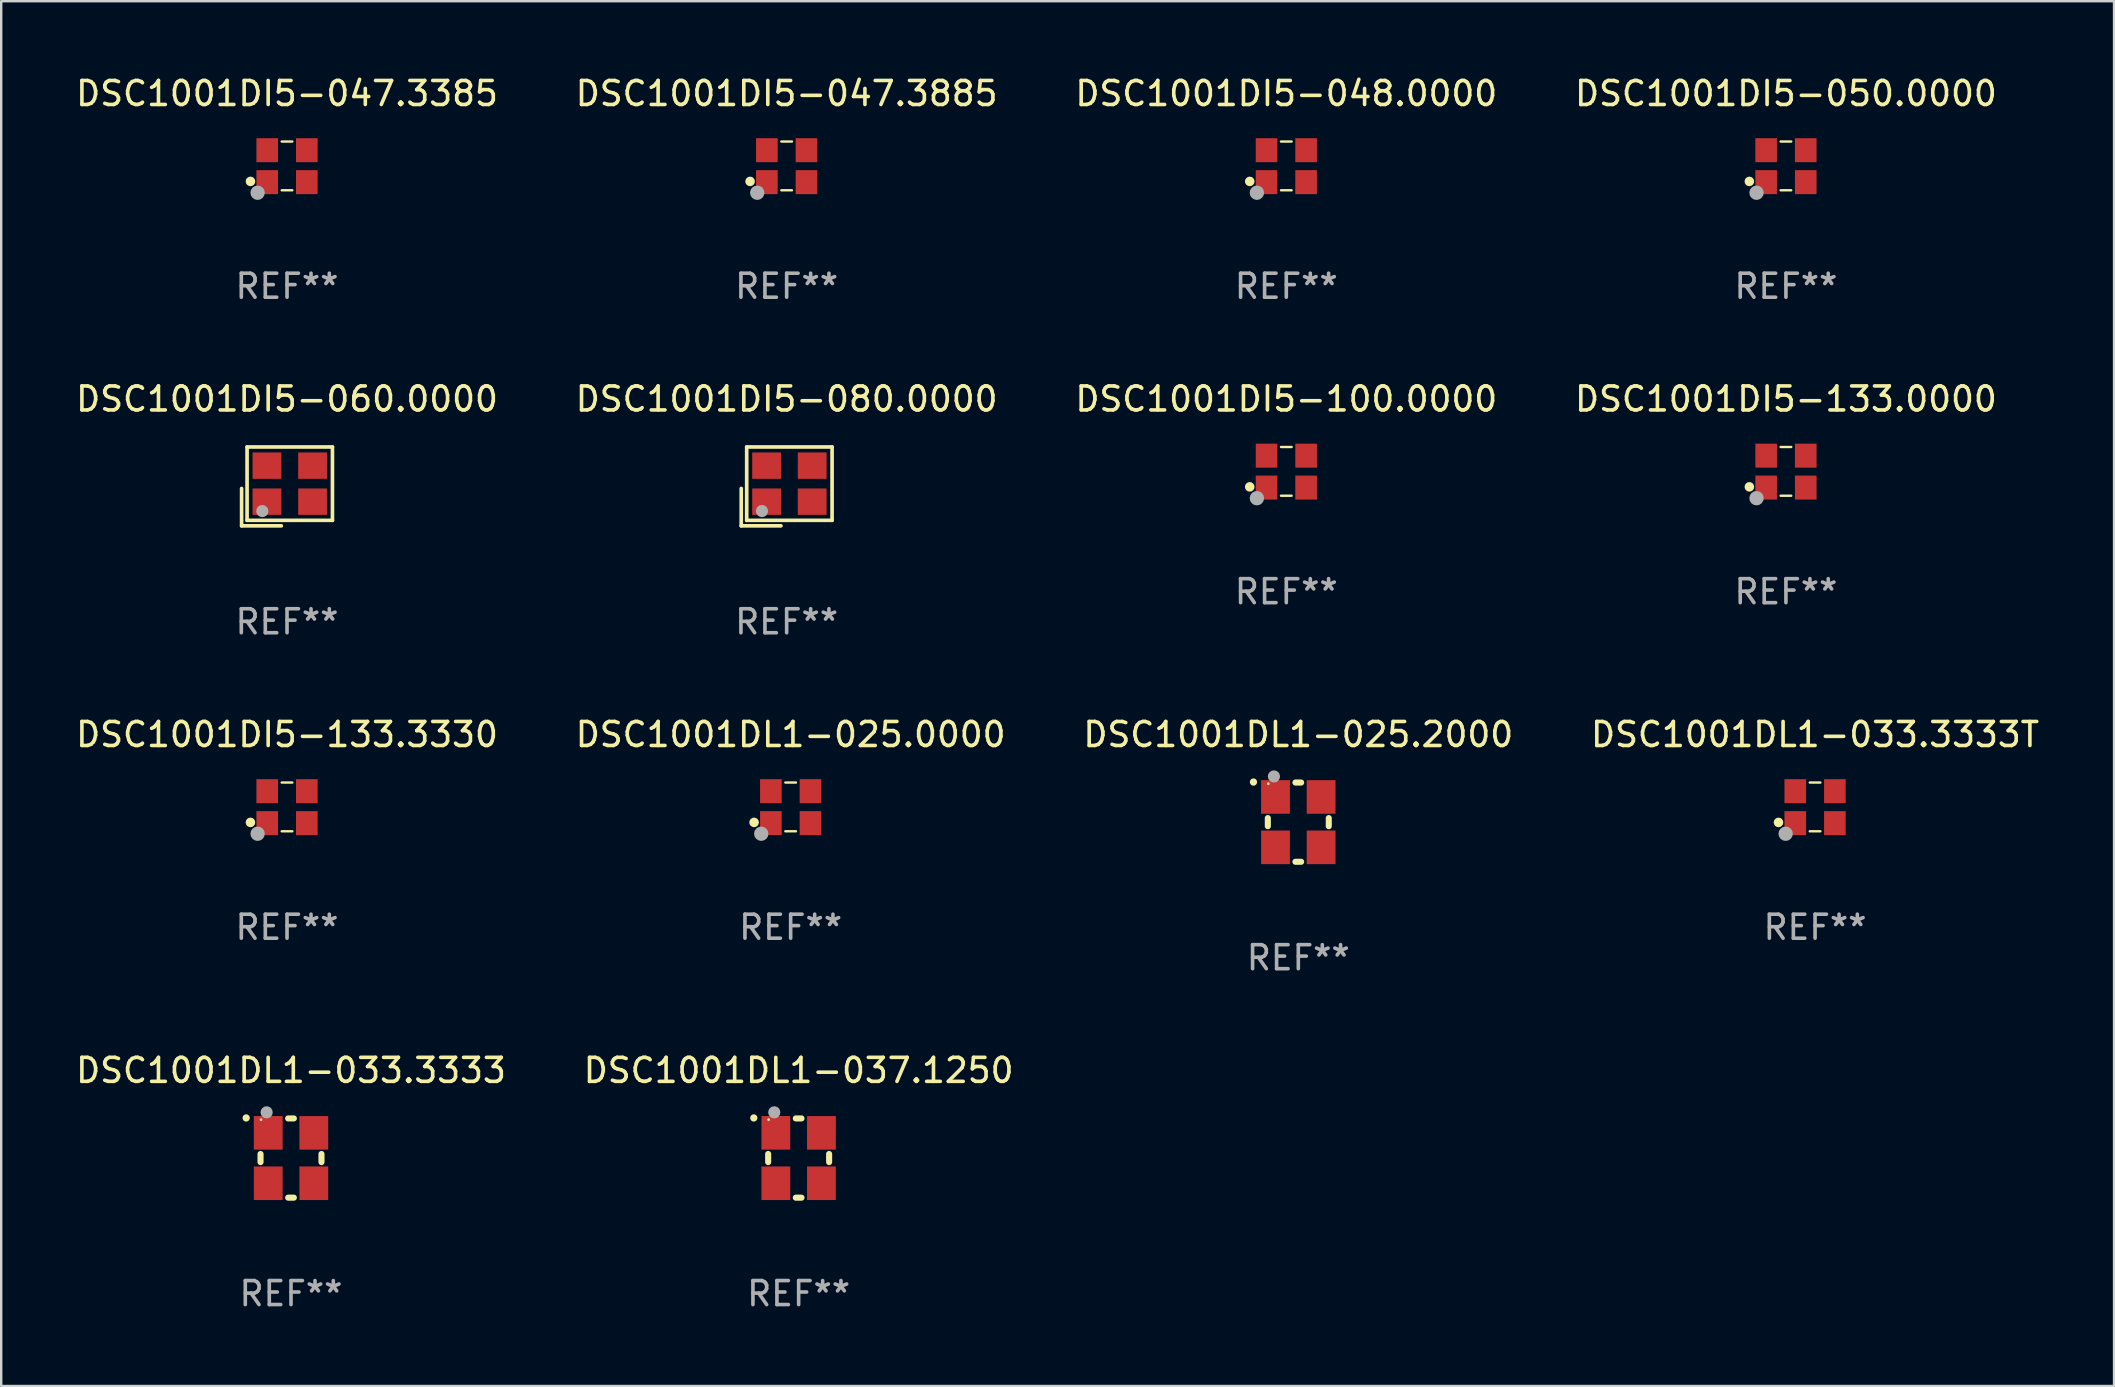
<source format=kicad_pcb>
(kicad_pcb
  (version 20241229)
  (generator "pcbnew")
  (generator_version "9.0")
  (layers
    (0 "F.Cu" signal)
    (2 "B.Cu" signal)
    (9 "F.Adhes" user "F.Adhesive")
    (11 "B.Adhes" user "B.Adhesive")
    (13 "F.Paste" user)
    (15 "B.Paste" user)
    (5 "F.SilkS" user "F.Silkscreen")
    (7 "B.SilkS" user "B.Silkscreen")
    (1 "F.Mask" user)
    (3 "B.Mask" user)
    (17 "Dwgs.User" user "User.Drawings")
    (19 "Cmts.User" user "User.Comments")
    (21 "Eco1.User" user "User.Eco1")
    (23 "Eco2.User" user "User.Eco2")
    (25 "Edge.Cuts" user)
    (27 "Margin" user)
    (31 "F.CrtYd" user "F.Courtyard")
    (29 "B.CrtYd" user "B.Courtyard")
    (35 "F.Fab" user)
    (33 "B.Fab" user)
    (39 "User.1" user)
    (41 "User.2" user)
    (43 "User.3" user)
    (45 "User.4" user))
  (footprint "DSC1001DI5-100.0000"
    (layer "F.Cu")
    (at 50.554 16.593)
    (property "Reference" "DSC1001DI5-100.0000" (at 0 -3.016 0) (layer "F.SilkS") (effects (font (size 1 1) (thickness 0.15))))
    (attr through_hole)
    (fp_line (start -0.221 -1.016) (end 0.221 -1.016) (stroke (width 0.1) (type solid)) (layer "F.SilkS"))
    (fp_line (start -0.221 1.016) (end 0.221 1.016) (stroke (width 0.1) (type solid)) (layer "F.SilkS"))
    (fp_circle (center -1.524 0.646) (end -1.424 0.646) (stroke (width 0.2) (type solid)) (fill no) (layer "F.SilkS"))
    (fp_circle (center -1.25 1) (end -1.22 1) (stroke (width 0.06) (type solid)) (fill no) (layer "F.SilkS"))
    (fp_circle (center -1.226 1.118) (end -1.076 1.118) (stroke (width 0.3) (type solid)) (fill no) (layer "F.Fab"))
    (fp_text user "REF**" (at 0 5.016 0) (layer "F.Fab") (effects (font (size 1 1) (thickness 0.15))))
    (pad "1" smd rect (at -0.825 0.676) (size 0.9 1) (layers "F.Cu" "F.Mask" "F.Paste"))
    (pad "2" smd rect (at 0.825 0.676) (size 0.9 1) (layers "F.Cu" "F.Mask" "F.Paste"))
    (pad "3" smd rect (at 0.825 -0.655) (size 0.9 1) (layers "F.Cu" "F.Mask" "F.Paste"))
    (pad "4" smd rect (at -0.825 -0.655) (size 0.9 1) (layers "F.Cu" "F.Mask" "F.Paste")))
  (footprint "DSC1001DI5-080.0000"
    (layer "F.Cu")
    (at 29.732 17.22)
    (property "Reference" "DSC1001DI5-080.0000" (at 0 -3.643 0) (layer "F.SilkS") (effects (font (size 1 1) (thickness 0.15))))
    (attr through_hole)
    (fp_line (start -1.893 0.086) (end -1.893 1.643) (stroke (width 0.152) (type solid)) (layer "F.SilkS"))
    (fp_line (start -1.893 1.643) (end -0.237 1.643) (stroke (width 0.152) (type solid)) (layer "F.SilkS"))
    (fp_line (start -1.665 -1.643) (end 1.893 -1.643) (stroke (width 0.152) (type solid)) (layer "F.SilkS"))
    (fp_line (start -1.665 1.414) (end -1.665 -1.643) (stroke (width 0.152) (type solid)) (layer "F.SilkS"))
    (fp_line (start 1.893 -1.643) (end 1.893 1.414) (stroke (width 0.152) (type solid)) (layer "F.SilkS"))
    (fp_line (start 1.893 1.414) (end -1.665 1.414) (stroke (width 0.152) (type solid)) (layer "F.SilkS"))
    (fp_circle (center -1.136 0.885) (end -1.106 0.885) (stroke (width 0.06) (type solid)) (fill no) (layer "F.SilkS"))
    (fp_circle (center -1.029 1.028) (end -0.902 1.028) (stroke (width 0.254) (type solid)) (fill no) (layer "F.Fab"))
    (fp_text user "REF**" (at 0 5.643 0) (layer "F.Fab") (effects (font (size 1 1) (thickness 0.15))))
    (pad "1" smd rect (at -0.836 0.636) (size 1.2 1.1) (layers "F.Cu" "F.Mask" "F.Paste"))
    (pad "2" smd rect (at 1.064 0.636) (size 1.2 1.1) (layers "F.Cu" "F.Mask" "F.Paste"))
    (pad "3" smd rect (at 1.064 -0.865) (size 1.2 1.1) (layers "F.Cu" "F.Mask" "F.Paste"))
    (pad "4" smd rect (at -0.836 -0.865) (size 1.2 1.1) (layers "F.Cu" "F.Mask" "F.Paste")))
  (footprint "DSC1001DL1-033.3333"
    (layer "F.Cu")
    (at 9.077 45.209)
    (property "Reference" "DSC1001DL1-033.3333" (at 0 -3.651 0) (layer "F.SilkS") (effects (font (size 1 1) (thickness 0.15))))
    (attr through_hole)
    (fp_line (start -1.27 -0.169) (end -1.27 0.169) (stroke (width 0.254) (type solid)) (layer "F.SilkS"))
    (fp_line (start 0.119 -1.651) (end -0.119 -1.651) (stroke (width 0.254) (type solid)) (layer "F.SilkS"))
    (fp_line (start 0.119 1.651) (end -0.119 1.651) (stroke (width 0.254) (type solid)) (layer "F.SilkS"))
    (fp_line (start 1.27 -0.169) (end 1.27 0.169) (stroke (width 0.254) (type solid)) (layer "F.SilkS"))
    (fp_arc (start -1.868631 -1.669799) (mid -1.868636 -1.671069) (end -1.868631 -1.672339) (stroke (width 0.3) (type solid)) (layer "F.SilkS"))
    (fp_circle (center -1.25 -1.6) (end -1.22 -1.6) (stroke (width 0.06) (type solid)) (fill no) (layer "F.SilkS"))
    (fp_circle (center -1.016 -1.905) (end -0.889 -1.905) (stroke (width 0.254) (type solid)) (fill no) (layer "F.Fab"))
    (fp_text user "REF**" (at 0 5.651 0) (layer "F.Fab") (effects (font (size 1 1) (thickness 0.15))))
    (pad "1" smd rect (at -0.95 -1.05 90) (size 1.4 1.2) (layers "F.Cu" "F.Mask" "F.Paste"))
    (pad "2" smd rect (at -0.95 1.05 90) (size 1.4 1.2) (layers "F.Cu" "F.Mask" "F.Paste"))
    (pad "3" smd rect (at 0.95 1.05 90) (size 1.4 1.2) (layers "F.Cu" "F.Mask" "F.Paste"))
    (pad "4" smd rect (at 0.95 -1.05 90) (size 1.4 1.2) (layers "F.Cu" "F.Mask" "F.Paste")))
  (footprint "DSC1001DL1-037.1250"
    (layer "F.Cu")
    (at 30.232 45.209)
    (property "Reference" "DSC1001DL1-037.1250" (at 0 -3.651 0) (layer "F.SilkS") (effects (font (size 1 1) (thickness 0.15))))
    (attr through_hole)
    (fp_line (start -1.27 -0.169) (end -1.27 0.169) (stroke (width 0.254) (type solid)) (layer "F.SilkS"))
    (fp_line (start 0.119 -1.651) (end -0.119 -1.651) (stroke (width 0.254) (type solid)) (layer "F.SilkS"))
    (fp_line (start 0.119 1.651) (end -0.119 1.651) (stroke (width 0.254) (type solid)) (layer "F.SilkS"))
    (fp_line (start 1.27 -0.169) (end 1.27 0.169) (stroke (width 0.254) (type solid)) (layer "F.SilkS"))
    (fp_arc (start -1.868631 -1.669799) (mid -1.868636 -1.671069) (end -1.868631 -1.672339) (stroke (width 0.3) (type solid)) (layer "F.SilkS"))
    (fp_circle (center -1.25 -1.6) (end -1.22 -1.6) (stroke (width 0.06) (type solid)) (fill no) (layer "F.SilkS"))
    (fp_circle (center -1.016 -1.905) (end -0.889 -1.905) (stroke (width 0.254) (type solid)) (fill no) (layer "F.Fab"))
    (fp_text user "REF**" (at 0 5.651 0) (layer "F.Fab") (effects (font (size 1 1) (thickness 0.15))))
    (pad "1" smd rect (at -0.95 -1.05 90) (size 1.4 1.2) (layers "F.Cu" "F.Mask" "F.Paste"))
    (pad "2" smd rect (at -0.95 1.05 90) (size 1.4 1.2) (layers "F.Cu" "F.Mask" "F.Paste"))
    (pad "3" smd rect (at 0.95 1.05 90) (size 1.4 1.2) (layers "F.Cu" "F.Mask" "F.Paste"))
    (pad "4" smd rect (at 0.95 -1.05 90) (size 1.4 1.2) (layers "F.Cu" "F.Mask" "F.Paste")))
  (footprint "DSC1001DI5-133.3330"
    (layer "F.Cu")
    (at 8.911 30.576)
    (property "Reference" "DSC1001DI5-133.3330" (at 0 -3.016 0) (layer "F.SilkS") (effects (font (size 1 1) (thickness 0.15))))
    (attr through_hole)
    (fp_line (start -0.221 -1.016) (end 0.221 -1.016) (stroke (width 0.1) (type solid)) (layer "F.SilkS"))
    (fp_line (start -0.221 1.016) (end 0.221 1.016) (stroke (width 0.1) (type solid)) (layer "F.SilkS"))
    (fp_circle (center -1.524 0.646) (end -1.424 0.646) (stroke (width 0.2) (type solid)) (fill no) (layer "F.SilkS"))
    (fp_circle (center -1.25 1) (end -1.22 1) (stroke (width 0.06) (type solid)) (fill no) (layer "F.SilkS"))
    (fp_circle (center -1.226 1.118) (end -1.076 1.118) (stroke (width 0.3) (type solid)) (fill no) (layer "F.Fab"))
    (fp_text user "REF**" (at 0 5.016 0) (layer "F.Fab") (effects (font (size 1 1) (thickness 0.15))))
    (pad "1" smd rect (at -0.825 0.676) (size 0.9 1) (layers "F.Cu" "F.Mask" "F.Paste"))
    (pad "2" smd rect (at 0.825 0.676) (size 0.9 1) (layers "F.Cu" "F.Mask" "F.Paste"))
    (pad "3" smd rect (at 0.825 -0.655) (size 0.9 1) (layers "F.Cu" "F.Mask" "F.Paste"))
    (pad "4" smd rect (at -0.825 -0.655) (size 0.9 1) (layers "F.Cu" "F.Mask" "F.Paste")))
  (footprint "DSC1001DI5-050.0000"
    (layer "F.Cu")
    (at 71.375 3.864)
    (property "Reference" "DSC1001DI5-050.0000" (at 0 -3.016 0) (layer "F.SilkS") (effects (font (size 1 1) (thickness 0.15))))
    (attr through_hole)
    (fp_line (start -0.221 -1.016) (end 0.221 -1.016) (stroke (width 0.1) (type solid)) (layer "F.SilkS"))
    (fp_line (start -0.221 1.016) (end 0.221 1.016) (stroke (width 0.1) (type solid)) (layer "F.SilkS"))
    (fp_circle (center -1.524 0.646) (end -1.424 0.646) (stroke (width 0.2) (type solid)) (fill no) (layer "F.SilkS"))
    (fp_circle (center -1.25 1) (end -1.22 1) (stroke (width 0.06) (type solid)) (fill no) (layer "F.SilkS"))
    (fp_circle (center -1.226 1.118) (end -1.076 1.118) (stroke (width 0.3) (type solid)) (fill no) (layer "F.Fab"))
    (fp_text user "REF**" (at 0 5.016 0) (layer "F.Fab") (effects (font (size 1 1) (thickness 0.15))))
    (pad "1" smd rect (at -0.825 0.676) (size 0.9 1) (layers "F.Cu" "F.Mask" "F.Paste"))
    (pad "2" smd rect (at 0.825 0.676) (size 0.9 1) (layers "F.Cu" "F.Mask" "F.Paste"))
    (pad "3" smd rect (at 0.825 -0.655) (size 0.9 1) (layers "F.Cu" "F.Mask" "F.Paste"))
    (pad "4" smd rect (at -0.825 -0.655) (size 0.9 1) (layers "F.Cu" "F.Mask" "F.Paste")))
  (footprint "DSC1001DL1-033.3333T"
    (layer "F.Cu")
    (at 72.589 30.576)
    (property "Reference" "DSC1001DL1-033.3333T" (at 0 -3.016 0) (layer "F.SilkS") (effects (font (size 1 1) (thickness 0.15))))
    (attr through_hole)
    (fp_line (start -0.221 -1.016) (end 0.221 -1.016) (stroke (width 0.1) (type solid)) (layer "F.SilkS"))
    (fp_line (start -0.221 1.016) (end 0.221 1.016) (stroke (width 0.1) (type solid)) (layer "F.SilkS"))
    (fp_circle (center -1.524 0.646) (end -1.424 0.646) (stroke (width 0.2) (type solid)) (fill no) (layer "F.SilkS"))
    (fp_circle (center -1.25 1) (end -1.22 1) (stroke (width 0.06) (type solid)) (fill no) (layer "F.SilkS"))
    (fp_circle (center -1.226 1.118) (end -1.076 1.118) (stroke (width 0.3) (type solid)) (fill no) (layer "F.Fab"))
    (fp_text user "REF**" (at 0 5.016 0) (layer "F.Fab") (effects (font (size 1 1) (thickness 0.15))))
    (pad "1" smd rect (at -0.825 0.676) (size 0.9 1) (layers "F.Cu" "F.Mask" "F.Paste"))
    (pad "2" smd rect (at 0.825 0.676) (size 0.9 1) (layers "F.Cu" "F.Mask" "F.Paste"))
    (pad "3" smd rect (at 0.825 -0.655) (size 0.9 1) (layers "F.Cu" "F.Mask" "F.Paste"))
    (pad "4" smd rect (at -0.825 -0.655) (size 0.9 1) (layers "F.Cu" "F.Mask" "F.Paste")))
  (footprint "DSC1001DL1-025.0000"
    (layer "F.Cu")
    (at 29.899 30.576)
    (property "Reference" "DSC1001DL1-025.0000" (at 0 -3.016 0) (layer "F.SilkS") (effects (font (size 1 1) (thickness 0.15))))
    (attr through_hole)
    (fp_line (start -0.221 -1.016) (end 0.221 -1.016) (stroke (width 0.1) (type solid)) (layer "F.SilkS"))
    (fp_line (start -0.221 1.016) (end 0.221 1.016) (stroke (width 0.1) (type solid)) (layer "F.SilkS"))
    (fp_circle (center -1.524 0.646) (end -1.424 0.646) (stroke (width 0.2) (type solid)) (fill no) (layer "F.SilkS"))
    (fp_circle (center -1.25 1) (end -1.22 1) (stroke (width 0.06) (type solid)) (fill no) (layer "F.SilkS"))
    (fp_circle (center -1.226 1.118) (end -1.076 1.118) (stroke (width 0.3) (type solid)) (fill no) (layer "F.Fab"))
    (fp_text user "REF**" (at 0 5.016 0) (layer "F.Fab") (effects (font (size 1 1) (thickness 0.15))))
    (pad "1" smd rect (at -0.825 0.676) (size 0.9 1) (layers "F.Cu" "F.Mask" "F.Paste"))
    (pad "2" smd rect (at 0.825 0.676) (size 0.9 1) (layers "F.Cu" "F.Mask" "F.Paste"))
    (pad "3" smd rect (at 0.825 -0.655) (size 0.9 1) (layers "F.Cu" "F.Mask" "F.Paste"))
    (pad "4" smd rect (at -0.825 -0.655) (size 0.9 1) (layers "F.Cu" "F.Mask" "F.Paste")))
  (footprint "DSC1001DI5-047.3385"
    (layer "F.Cu")
    (at 8.911 3.864)
    (property "Reference" "DSC1001DI5-047.3385" (at 0 -3.016 0) (layer "F.SilkS") (effects (font (size 1 1) (thickness 0.15))))
    (attr through_hole)
    (fp_line (start -0.221 -1.016) (end 0.221 -1.016) (stroke (width 0.1) (type solid)) (layer "F.SilkS"))
    (fp_line (start -0.221 1.016) (end 0.221 1.016) (stroke (width 0.1) (type solid)) (layer "F.SilkS"))
    (fp_circle (center -1.524 0.646) (end -1.424 0.646) (stroke (width 0.2) (type solid)) (fill no) (layer "F.SilkS"))
    (fp_circle (center -1.25 1) (end -1.22 1) (stroke (width 0.06) (type solid)) (fill no) (layer "F.SilkS"))
    (fp_circle (center -1.226 1.118) (end -1.076 1.118) (stroke (width 0.3) (type solid)) (fill no) (layer "F.Fab"))
    (fp_text user "REF**" (at 0 5.016 0) (layer "F.Fab") (effects (font (size 1 1) (thickness 0.15))))
    (pad "1" smd rect (at -0.825 0.676) (size 0.9 1) (layers "F.Cu" "F.Mask" "F.Paste"))
    (pad "2" smd rect (at 0.825 0.676) (size 0.9 1) (layers "F.Cu" "F.Mask" "F.Paste"))
    (pad "3" smd rect (at 0.825 -0.655) (size 0.9 1) (layers "F.Cu" "F.Mask" "F.Paste"))
    (pad "4" smd rect (at -0.825 -0.655) (size 0.9 1) (layers "F.Cu" "F.Mask" "F.Paste")))
  (footprint "DSC1001DI5-047.3885"
    (layer "F.Cu")
    (at 29.732 3.864)
    (property "Reference" "DSC1001DI5-047.3885" (at 0 -3.016 0) (layer "F.SilkS") (effects (font (size 1 1) (thickness 0.15))))
    (attr through_hole)
    (fp_line (start -0.221 -1.016) (end 0.221 -1.016) (stroke (width 0.1) (type solid)) (layer "F.SilkS"))
    (fp_line (start -0.221 1.016) (end 0.221 1.016) (stroke (width 0.1) (type solid)) (layer "F.SilkS"))
    (fp_circle (center -1.524 0.646) (end -1.424 0.646) (stroke (width 0.2) (type solid)) (fill no) (layer "F.SilkS"))
    (fp_circle (center -1.25 1) (end -1.22 1) (stroke (width 0.06) (type solid)) (fill no) (layer "F.SilkS"))
    (fp_circle (center -1.226 1.118) (end -1.076 1.118) (stroke (width 0.3) (type solid)) (fill no) (layer "F.Fab"))
    (fp_text user "REF**" (at 0 5.016 0) (layer "F.Fab") (effects (font (size 1 1) (thickness 0.15))))
    (pad "1" smd rect (at -0.825 0.676) (size 0.9 1) (layers "F.Cu" "F.Mask" "F.Paste"))
    (pad "2" smd rect (at 0.825 0.676) (size 0.9 1) (layers "F.Cu" "F.Mask" "F.Paste"))
    (pad "3" smd rect (at 0.825 -0.655) (size 0.9 1) (layers "F.Cu" "F.Mask" "F.Paste"))
    (pad "4" smd rect (at -0.825 -0.655) (size 0.9 1) (layers "F.Cu" "F.Mask" "F.Paste")))
  (footprint "DSC1001DI5-133.0000"
    (layer "F.Cu")
    (at 71.375 16.593)
    (property "Reference" "DSC1001DI5-133.0000" (at 0 -3.016 0) (layer "F.SilkS") (effects (font (size 1 1) (thickness 0.15))))
    (attr through_hole)
    (fp_line (start -0.221 -1.016) (end 0.221 -1.016) (stroke (width 0.1) (type solid)) (layer "F.SilkS"))
    (fp_line (start -0.221 1.016) (end 0.221 1.016) (stroke (width 0.1) (type solid)) (layer "F.SilkS"))
    (fp_circle (center -1.524 0.646) (end -1.424 0.646) (stroke (width 0.2) (type solid)) (fill no) (layer "F.SilkS"))
    (fp_circle (center -1.25 1) (end -1.22 1) (stroke (width 0.06) (type solid)) (fill no) (layer "F.SilkS"))
    (fp_circle (center -1.226 1.118) (end -1.076 1.118) (stroke (width 0.3) (type solid)) (fill no) (layer "F.Fab"))
    (fp_text user "REF**" (at 0 5.016 0) (layer "F.Fab") (effects (font (size 1 1) (thickness 0.15))))
    (pad "1" smd rect (at -0.825 0.676) (size 0.9 1) (layers "F.Cu" "F.Mask" "F.Paste"))
    (pad "2" smd rect (at 0.825 0.676) (size 0.9 1) (layers "F.Cu" "F.Mask" "F.Paste"))
    (pad "3" smd rect (at 0.825 -0.655) (size 0.9 1) (layers "F.Cu" "F.Mask" "F.Paste"))
    (pad "4" smd rect (at -0.825 -0.655) (size 0.9 1) (layers "F.Cu" "F.Mask" "F.Paste")))
  (footprint "DSC1001DL1-025.2000"
    (layer "F.Cu")
    (at 51.054 31.211)
    (property "Reference" "DSC1001DL1-025.2000" (at 0 -3.651 0) (layer "F.SilkS") (effects (font (size 1 1) (thickness 0.15))))
    (attr through_hole)
    (fp_line (start -1.27 -0.169) (end -1.27 0.169) (stroke (width 0.254) (type solid)) (layer "F.SilkS"))
    (fp_line (start 0.119 -1.651) (end -0.119 -1.651) (stroke (width 0.254) (type solid)) (layer "F.SilkS"))
    (fp_line (start 0.119 1.651) (end -0.119 1.651) (stroke (width 0.254) (type solid)) (layer "F.SilkS"))
    (fp_line (start 1.27 -0.169) (end 1.27 0.169) (stroke (width 0.254) (type solid)) (layer "F.SilkS"))
    (fp_arc (start -1.868631 -1.669799) (mid -1.868636 -1.671069) (end -1.868631 -1.672339) (stroke (width 0.3) (type solid)) (layer "F.SilkS"))
    (fp_circle (center -1.25 -1.6) (end -1.22 -1.6) (stroke (width 0.06) (type solid)) (fill no) (layer "F.SilkS"))
    (fp_circle (center -1.016 -1.905) (end -0.889 -1.905) (stroke (width 0.254) (type solid)) (fill no) (layer "F.Fab"))
    (fp_text user "REF**" (at 0 5.651 0) (layer "F.Fab") (effects (font (size 1 1) (thickness 0.15))))
    (pad "1" smd rect (at -0.95 -1.05 90) (size 1.4 1.2) (layers "F.Cu" "F.Mask" "F.Paste"))
    (pad "2" smd rect (at -0.95 1.05 90) (size 1.4 1.2) (layers "F.Cu" "F.Mask" "F.Paste"))
    (pad "3" smd rect (at 0.95 1.05 90) (size 1.4 1.2) (layers "F.Cu" "F.Mask" "F.Paste"))
    (pad "4" smd rect (at 0.95 -1.05 90) (size 1.4 1.2) (layers "F.Cu" "F.Mask" "F.Paste")))
  (footprint "DSC1001DI5-048.0000"
    (layer "F.Cu")
    (at 50.554 3.864)
    (property "Reference" "DSC1001DI5-048.0000" (at 0 -3.016 0) (layer "F.SilkS") (effects (font (size 1 1) (thickness 0.15))))
    (attr through_hole)
    (fp_line (start -0.221 -1.016) (end 0.221 -1.016) (stroke (width 0.1) (type solid)) (layer "F.SilkS"))
    (fp_line (start -0.221 1.016) (end 0.221 1.016) (stroke (width 0.1) (type solid)) (layer "F.SilkS"))
    (fp_circle (center -1.524 0.646) (end -1.424 0.646) (stroke (width 0.2) (type solid)) (fill no) (layer "F.SilkS"))
    (fp_circle (center -1.25 1) (end -1.22 1) (stroke (width 0.06) (type solid)) (fill no) (layer "F.SilkS"))
    (fp_circle (center -1.226 1.118) (end -1.076 1.118) (stroke (width 0.3) (type solid)) (fill no) (layer "F.Fab"))
    (fp_text user "REF**" (at 0 5.016 0) (layer "F.Fab") (effects (font (size 1 1) (thickness 0.15))))
    (pad "1" smd rect (at -0.825 0.676) (size 0.9 1) (layers "F.Cu" "F.Mask" "F.Paste"))
    (pad "2" smd rect (at 0.825 0.676) (size 0.9 1) (layers "F.Cu" "F.Mask" "F.Paste"))
    (pad "3" smd rect (at 0.825 -0.655) (size 0.9 1) (layers "F.Cu" "F.Mask" "F.Paste"))
    (pad "4" smd rect (at -0.825 -0.655) (size 0.9 1) (layers "F.Cu" "F.Mask" "F.Paste")))
  (footprint "DSC1001DI5-060.0000"
    (layer "F.Cu")
    (at 8.911 17.22)
    (property "Reference" "DSC1001DI5-060.0000" (at 0 -3.643 0) (layer "F.SilkS") (effects (font (size 1 1) (thickness 0.15))))
    (attr through_hole)
    (fp_line (start -1.893 0.086) (end -1.893 1.643) (stroke (width 0.152) (type solid)) (layer "F.SilkS"))
    (fp_line (start -1.893 1.643) (end -0.237 1.643) (stroke (width 0.152) (type solid)) (layer "F.SilkS"))
    (fp_line (start -1.665 -1.643) (end 1.893 -1.643) (stroke (width 0.152) (type solid)) (layer "F.SilkS"))
    (fp_line (start -1.665 1.414) (end -1.665 -1.643) (stroke (width 0.152) (type solid)) (layer "F.SilkS"))
    (fp_line (start 1.893 -1.643) (end 1.893 1.414) (stroke (width 0.152) (type solid)) (layer "F.SilkS"))
    (fp_line (start 1.893 1.414) (end -1.665 1.414) (stroke (width 0.152) (type solid)) (layer "F.SilkS"))
    (fp_circle (center -1.136 0.885) (end -1.106 0.885) (stroke (width 0.06) (type solid)) (fill no) (layer "F.SilkS"))
    (fp_circle (center -1.029 1.028) (end -0.902 1.028) (stroke (width 0.254) (type solid)) (fill no) (layer "F.Fab"))
    (fp_text user "REF**" (at 0 5.643 0) (layer "F.Fab") (effects (font (size 1 1) (thickness 0.15))))
    (pad "1" smd rect (at -0.836 0.636) (size 1.2 1.1) (layers "F.Cu" "F.Mask" "F.Paste"))
    (pad "2" smd rect (at 1.064 0.636) (size 1.2 1.1) (layers "F.Cu" "F.Mask" "F.Paste"))
    (pad "3" smd rect (at 1.064 -0.865) (size 1.2 1.1) (layers "F.Cu" "F.Mask" "F.Paste"))
    (pad "4" smd rect (at -0.836 -0.865) (size 1.2 1.1) (layers "F.Cu" "F.Mask" "F.Paste")))
  (gr_rect
    (start -3 -3)
    (end 85.048 54.708)
    (stroke (width 0.1) (type default))
    (fill no)
    (layer "Edge.Cuts")))
</source>
